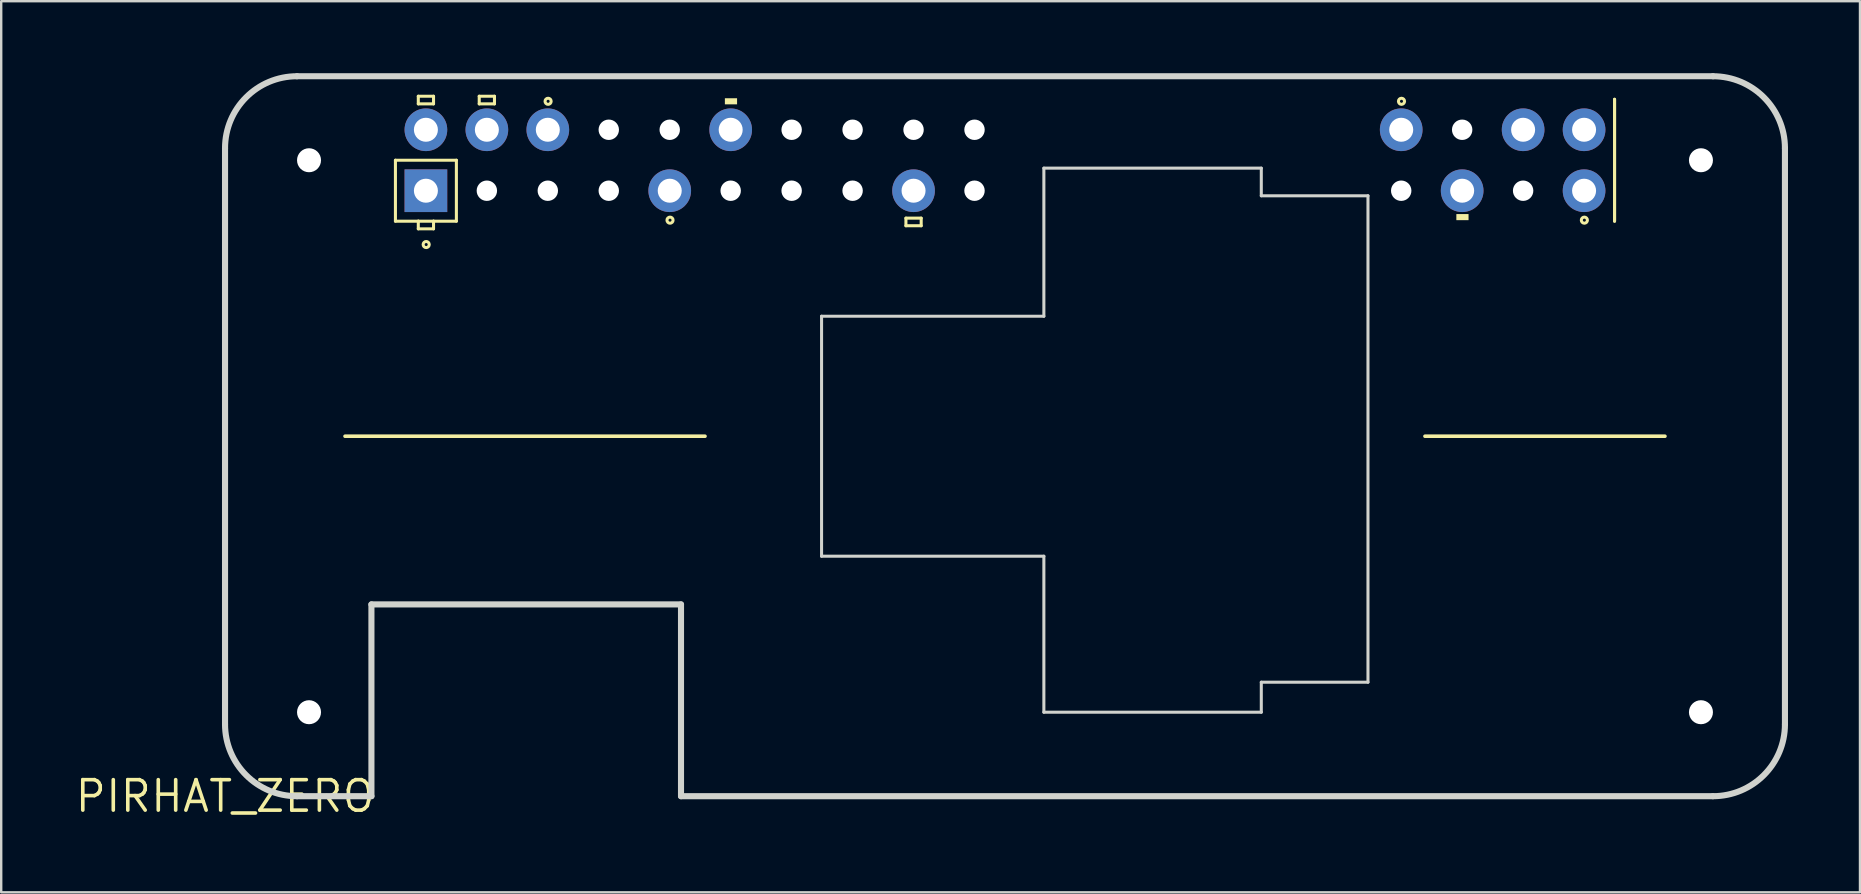
<source format=kicad_pcb>
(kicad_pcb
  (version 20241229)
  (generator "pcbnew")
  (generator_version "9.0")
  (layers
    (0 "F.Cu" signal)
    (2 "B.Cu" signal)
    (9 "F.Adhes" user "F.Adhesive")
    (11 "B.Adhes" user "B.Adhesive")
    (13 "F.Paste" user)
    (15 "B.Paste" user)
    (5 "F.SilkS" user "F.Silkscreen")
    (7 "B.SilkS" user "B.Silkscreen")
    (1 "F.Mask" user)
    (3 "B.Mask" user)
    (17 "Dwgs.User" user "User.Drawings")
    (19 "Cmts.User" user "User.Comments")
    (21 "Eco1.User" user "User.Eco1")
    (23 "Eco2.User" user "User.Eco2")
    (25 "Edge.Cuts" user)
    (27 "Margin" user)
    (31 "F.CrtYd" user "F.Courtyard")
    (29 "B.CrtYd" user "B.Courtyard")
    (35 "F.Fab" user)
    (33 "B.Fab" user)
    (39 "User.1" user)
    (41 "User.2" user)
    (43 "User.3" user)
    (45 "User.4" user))
  (footprint "PIRHAT_ZERO"
    (layer "F.Cu")
    (at 6.327 30.127)
    (property "Reference" "PIRHAT_ZERO" (at 0 0 0) (layer "F.SilkS") (effects (font (size 1.27 1.27) (thickness 0.15))))
    (attr through_hole)
    (fp_line (start 5 -15) (end 20 -15) (stroke (width 0.15) (type solid)) (layer "F.SilkS"))
    (fp_line (start 7.1 -26.5) (end 7.1 -23.96) (stroke (width 0.127) (type solid)) (layer "F.SilkS"))
    (fp_line (start 7.1 -26.5) (end 9.64 -26.5) (stroke (width 0.127) (type solid)) (layer "F.SilkS"))
    (fp_line (start 7.1 -23.96) (end 8.053 -23.96) (stroke (width 0.127) (type solid)) (layer "F.SilkS"))
    (fp_line (start 8.053 -29.167) (end 8.053 -28.849) (stroke (width 0.127) (type solid)) (layer "F.SilkS"))
    (fp_line (start 8.053 -29.167) (end 8.688 -29.167) (stroke (width 0.127) (type solid)) (layer "F.SilkS"))
    (fp_line (start 8.053 -28.849) (end 8.688 -28.849) (stroke (width 0.127) (type solid)) (layer "F.SilkS"))
    (fp_line (start 8.053 -23.96) (end 8.053 -23.642) (stroke (width 0.127) (type solid)) (layer "F.SilkS"))
    (fp_line (start 8.053 -23.96) (end 8.688 -23.96) (stroke (width 0.127) (type solid)) (layer "F.SilkS"))
    (fp_line (start 8.053 -23.642) (end 8.688 -23.642) (stroke (width 0.127) (type solid)) (layer "F.SilkS"))
    (fp_line (start 8.688 -28.849) (end 8.688 -29.167) (stroke (width 0.127) (type solid)) (layer "F.SilkS"))
    (fp_line (start 8.688 -23.96) (end 9.64 -23.96) (stroke (width 0.127) (type solid)) (layer "F.SilkS"))
    (fp_line (start 8.688 -23.642) (end 8.688 -23.96) (stroke (width 0.127) (type solid)) (layer "F.SilkS"))
    (fp_line (start 9.64 -26.5) (end 9.64 -23.96) (stroke (width 0.127) (type solid)) (layer "F.SilkS"))
    (fp_line (start 10.592 -29.167) (end 10.592 -28.849) (stroke (width 0.127) (type solid)) (layer "F.SilkS"))
    (fp_line (start 10.592 -29.167) (end 11.227 -29.167) (stroke (width 0.127) (type solid)) (layer "F.SilkS"))
    (fp_line (start 10.592 -28.849) (end 11.227 -28.849) (stroke (width 0.127) (type solid)) (layer "F.SilkS"))
    (fp_line (start 11.227 -28.849) (end 11.227 -29.167) (stroke (width 0.127) (type solid)) (layer "F.SilkS"))
    (fp_line (start 28.372 -24.087) (end 28.372 -23.77) (stroke (width 0.127) (type solid)) (layer "F.SilkS"))
    (fp_line (start 28.372 -24.087) (end 29.008 -24.087) (stroke (width 0.127) (type solid)) (layer "F.SilkS"))
    (fp_line (start 28.372 -23.77) (end 29.008 -23.77) (stroke (width 0.127) (type solid)) (layer "F.SilkS"))
    (fp_line (start 29.008 -23.77) (end 29.008 -24.087) (stroke (width 0.127) (type solid)) (layer "F.SilkS"))
    (fp_line (start 57.9 -23.96) (end 57.9 -29.04) (stroke (width 0.127) (type solid)) (layer "F.SilkS"))
    (fp_line (start 57.9 -23.96) (end 57.9 -29.04) (stroke (width 0.127) (type solid)) (layer "F.SilkS"))
    (fp_line (start 60 -15) (end 50 -15) (stroke (width 0.15) (type solid)) (layer "F.SilkS"))
    (fp_circle (center 8.382 -22.987) (end 8.509 -22.987) (stroke (width 0.127) (type solid)) (fill no) (layer "F.SilkS"))
    (fp_circle (center 13.462 -28.956) (end 13.589 -28.956) (stroke (width 0.127) (type solid)) (fill no) (layer "F.SilkS"))
    (fp_circle (center 18.542 -24.003) (end 18.669 -24.003) (stroke (width 0.127) (type solid)) (fill no) (layer "F.SilkS"))
    (fp_circle (center 49.022 -28.956) (end 49.149 -28.956) (stroke (width 0.127) (type solid)) (fill no) (layer "F.SilkS"))
    (fp_circle (center 56.642 -24.003) (end 56.769 -24.003) (stroke (width 0.127) (type solid)) (fill no) (layer "F.SilkS"))
    (fp_poly (pts (xy 20.828 -28.829) (xy 21.336 -28.829) (xy 21.336 -29.083) (xy 20.828 -29.083)) (stroke (width 0) (type solid)) (fill yes) (layer "F.SilkS"))
    (fp_poly (pts (xy 51.308 -24.003) (xy 51.816 -24.003) (xy 51.816 -24.257) (xy 51.308 -24.257)) (stroke (width 0) (type solid)) (fill yes) (layer "F.SilkS"))
    (fp_line (start 0 -27) (end 0 -3) (stroke (width 0.254) (type solid)) (layer "Edge.Cuts"))
    (fp_line (start 3 0) (end 6.1 0) (stroke (width 0.254) (type solid)) (layer "Edge.Cuts"))
    (fp_line (start 6.1 -7.992) (end 6.1 0) (stroke (width 0.254) (type solid)) (layer "Edge.Cuts"))
    (fp_line (start 6.1 -7.992) (end 19 -7.992) (stroke (width 0.254) (type solid)) (layer "Edge.Cuts"))
    (fp_line (start 19 -7.992) (end 19 0) (stroke (width 0.254) (type solid)) (layer "Edge.Cuts"))
    (fp_line (start 19 0) (end 62 0) (stroke (width 0.254) (type solid)) (layer "Edge.Cuts"))
    (fp_line (start 24.857 -20) (end 24.857 -10) (stroke (width 0.127) (type solid)) (layer "Edge.Cuts"))
    (fp_line (start 24.857 -10) (end 34.12 -10) (stroke (width 0.127) (type solid)) (layer "Edge.Cuts"))
    (fp_line (start 34.12 -26.17) (end 34.12 -20) (stroke (width 0.127) (type solid)) (layer "Edge.Cuts"))
    (fp_line (start 34.12 -20) (end 24.857 -20) (stroke (width 0.127) (type solid)) (layer "Edge.Cuts"))
    (fp_line (start 34.12 -10) (end 34.12 -3.5) (stroke (width 0.127) (type solid)) (layer "Edge.Cuts"))
    (fp_line (start 34.12 -3.5) (end 43.18 -3.5) (stroke (width 0.127) (type solid)) (layer "Edge.Cuts"))
    (fp_line (start 43.18 -26.17) (end 34.12 -26.17) (stroke (width 0.127) (type solid)) (layer "Edge.Cuts"))
    (fp_line (start 43.18 -25.019) (end 43.18 -26.17) (stroke (width 0.127) (type solid)) (layer "Edge.Cuts"))
    (fp_line (start 43.18 -4.75) (end 47.625 -4.75) (stroke (width 0.127) (type solid)) (layer "Edge.Cuts"))
    (fp_line (start 43.18 -3.5) (end 43.18 -4.75) (stroke (width 0.127) (type solid)) (layer "Edge.Cuts"))
    (fp_line (start 47.625 -25.019) (end 43.18 -25.019) (stroke (width 0.127) (type solid)) (layer "Edge.Cuts"))
    (fp_line (start 47.625 -4.75) (end 47.625 -25.019) (stroke (width 0.127) (type solid)) (layer "Edge.Cuts"))
    (fp_line (start 62 -30) (end 3 -30) (stroke (width 0.254) (type solid)) (layer "Edge.Cuts"))
    (fp_line (start 65 -3) (end 65 -27) (stroke (width 0.254) (type solid)) (layer "Edge.Cuts"))
    (fp_arc (start 0 -27) (mid 0.87868 -29.12132) (end 3 -30) (stroke (width 0.254) (type solid)) (layer "Edge.Cuts"))
    (fp_arc (start 3 0) (mid 0.87868 -0.87868) (end 0 -3) (stroke (width 0.254) (type solid)) (layer "Edge.Cuts"))
    (fp_arc (start 62 -30) (mid 64.12132 -29.12132) (end 65 -27) (stroke (width 0.254) (type solid)) (layer "Edge.Cuts"))
    (fp_arc (start 65 -3) (mid 64.12132 -0.87868) (end 62 0) (stroke (width 0.254) (type solid)) (layer "Edge.Cuts"))
    (pad "" np_thru_hole circle (at 3.5 -26.5) (size 1 1) (drill 1) (layers "*.Cu" "*.Mask"))
    (pad "" np_thru_hole circle (at 3.5 -3.5) (size 1 1) (drill 1) (layers "*.Cu" "*.Mask"))
    (pad "" np_thru_hole circle (at 10.91 -25.23) (size 0.85 0.85) (drill 0.85) (layers "*.Cu" "*.Mask"))
    (pad "" np_thru_hole circle (at 13.45 -25.23) (size 0.85 0.85) (drill 0.85) (layers "*.Cu" "*.Mask"))
    (pad "" np_thru_hole circle (at 15.99 -27.77) (size 0.85 0.85) (drill 0.85) (layers "*.Cu" "*.Mask"))
    (pad "" np_thru_hole circle (at 15.99 -25.23) (size 0.85 0.85) (drill 0.85) (layers "*.Cu" "*.Mask"))
    (pad "" np_thru_hole circle (at 18.53 -27.77) (size 0.85 0.85) (drill 0.85) (layers "*.Cu" "*.Mask"))
    (pad "" np_thru_hole circle (at 21.07 -25.23) (size 0.85 0.85) (drill 0.85) (layers "*.Cu" "*.Mask"))
    (pad "" np_thru_hole circle (at 23.61 -27.77) (size 0.85 0.85) (drill 0.85) (layers "*.Cu" "*.Mask"))
    (pad "" np_thru_hole circle (at 23.61 -25.23) (size 0.85 0.85) (drill 0.85) (layers "*.Cu" "*.Mask"))
    (pad "" np_thru_hole circle (at 26.15 -27.77) (size 0.85 0.85) (drill 0.85) (layers "*.Cu" "*.Mask"))
    (pad "" np_thru_hole circle (at 26.15 -25.23) (size 0.85 0.85) (drill 0.85) (layers "*.Cu" "*.Mask"))
    (pad "" np_thru_hole circle (at 28.69 -27.77) (size 0.85 0.85) (drill 0.85) (layers "*.Cu" "*.Mask"))
    (pad "" np_thru_hole circle (at 31.23 -27.77) (size 0.85 0.85) (drill 0.85) (layers "*.Cu" "*.Mask"))
    (pad "" np_thru_hole circle (at 31.23 -25.23) (size 0.85 0.85) (drill 0.85) (layers "*.Cu" "*.Mask"))
    (pad "" np_thru_hole circle (at 49.01 -25.23) (size 0.85 0.85) (drill 0.85) (layers "*.Cu" "*.Mask"))
    (pad "" np_thru_hole circle (at 51.55 -27.77) (size 0.85 0.85) (drill 0.85) (layers "*.Cu" "*.Mask"))
    (pad "" np_thru_hole circle (at 54.09 -25.23) (size 0.85 0.85) (drill 0.85) (layers "*.Cu" "*.Mask"))
    (pad "" np_thru_hole circle (at 61.5 -26.5) (size 1 1) (drill 1) (layers "*.Cu" "*.Mask"))
    (pad "" np_thru_hole circle (at 61.5 -3.5) (size 1 1) (drill 1) (layers "*.Cu" "*.Mask"))
    (pad "1" thru_hole rect (at 8.37 -25.23) (size 1.778 1.778) (drill 1) (layers "*.Cu" "*.Mask"))
    (pad "2" thru_hole circle (at 8.37 -27.77) (size 1.778 1.778) (drill 1) (layers "*.Cu" "*.Mask"))
    (pad "4" thru_hole circle (at 10.91 -27.77) (size 1.778 1.778) (drill 1) (layers "*.Cu" "*.Mask"))
    (pad "6" thru_hole circle (at 13.45 -27.77) (size 1.778 1.778) (drill 1) (layers "*.Cu" "*.Mask"))
    (pad "9" thru_hole circle (at 18.53 -25.23) (size 1.778 1.778) (drill 1) (layers "*.Cu" "*.Mask"))
    (pad "12" thru_hole circle (at 21.07 -27.77) (size 1.778 1.778) (drill 1) (layers "*.Cu" "*.Mask"))
    (pad "17" thru_hole circle (at 28.69 -25.23) (size 1.778 1.778) (drill 1) (layers "*.Cu" "*.Mask"))
    (pad "34" thru_hole circle (at 49.01 -27.77) (size 1.778 1.778) (drill 1) (layers "*.Cu" "*.Mask"))
    (pad "35" thru_hole circle (at 51.55 -25.23) (size 1.778 1.778) (drill 1) (layers "*.Cu" "*.Mask"))
    (pad "38" thru_hole circle (at 54.09 -27.77) (size 1.778 1.778) (drill 1) (layers "*.Cu" "*.Mask"))
    (pad "39" thru_hole circle (at 56.63 -25.23) (size 1.778 1.778) (drill 1) (layers "*.Cu" "*.Mask"))
    (pad "40" thru_hole circle (at 56.63 -27.77) (size 1.778 1.778) (drill 1) (layers "*.Cu" "*.Mask")))
  (gr_rect
    (start -3 -3)
    (end 74.454 34.133)
    (stroke (width 0.1) (type default))
    (fill no)
    (layer "Edge.Cuts")))
</source>
